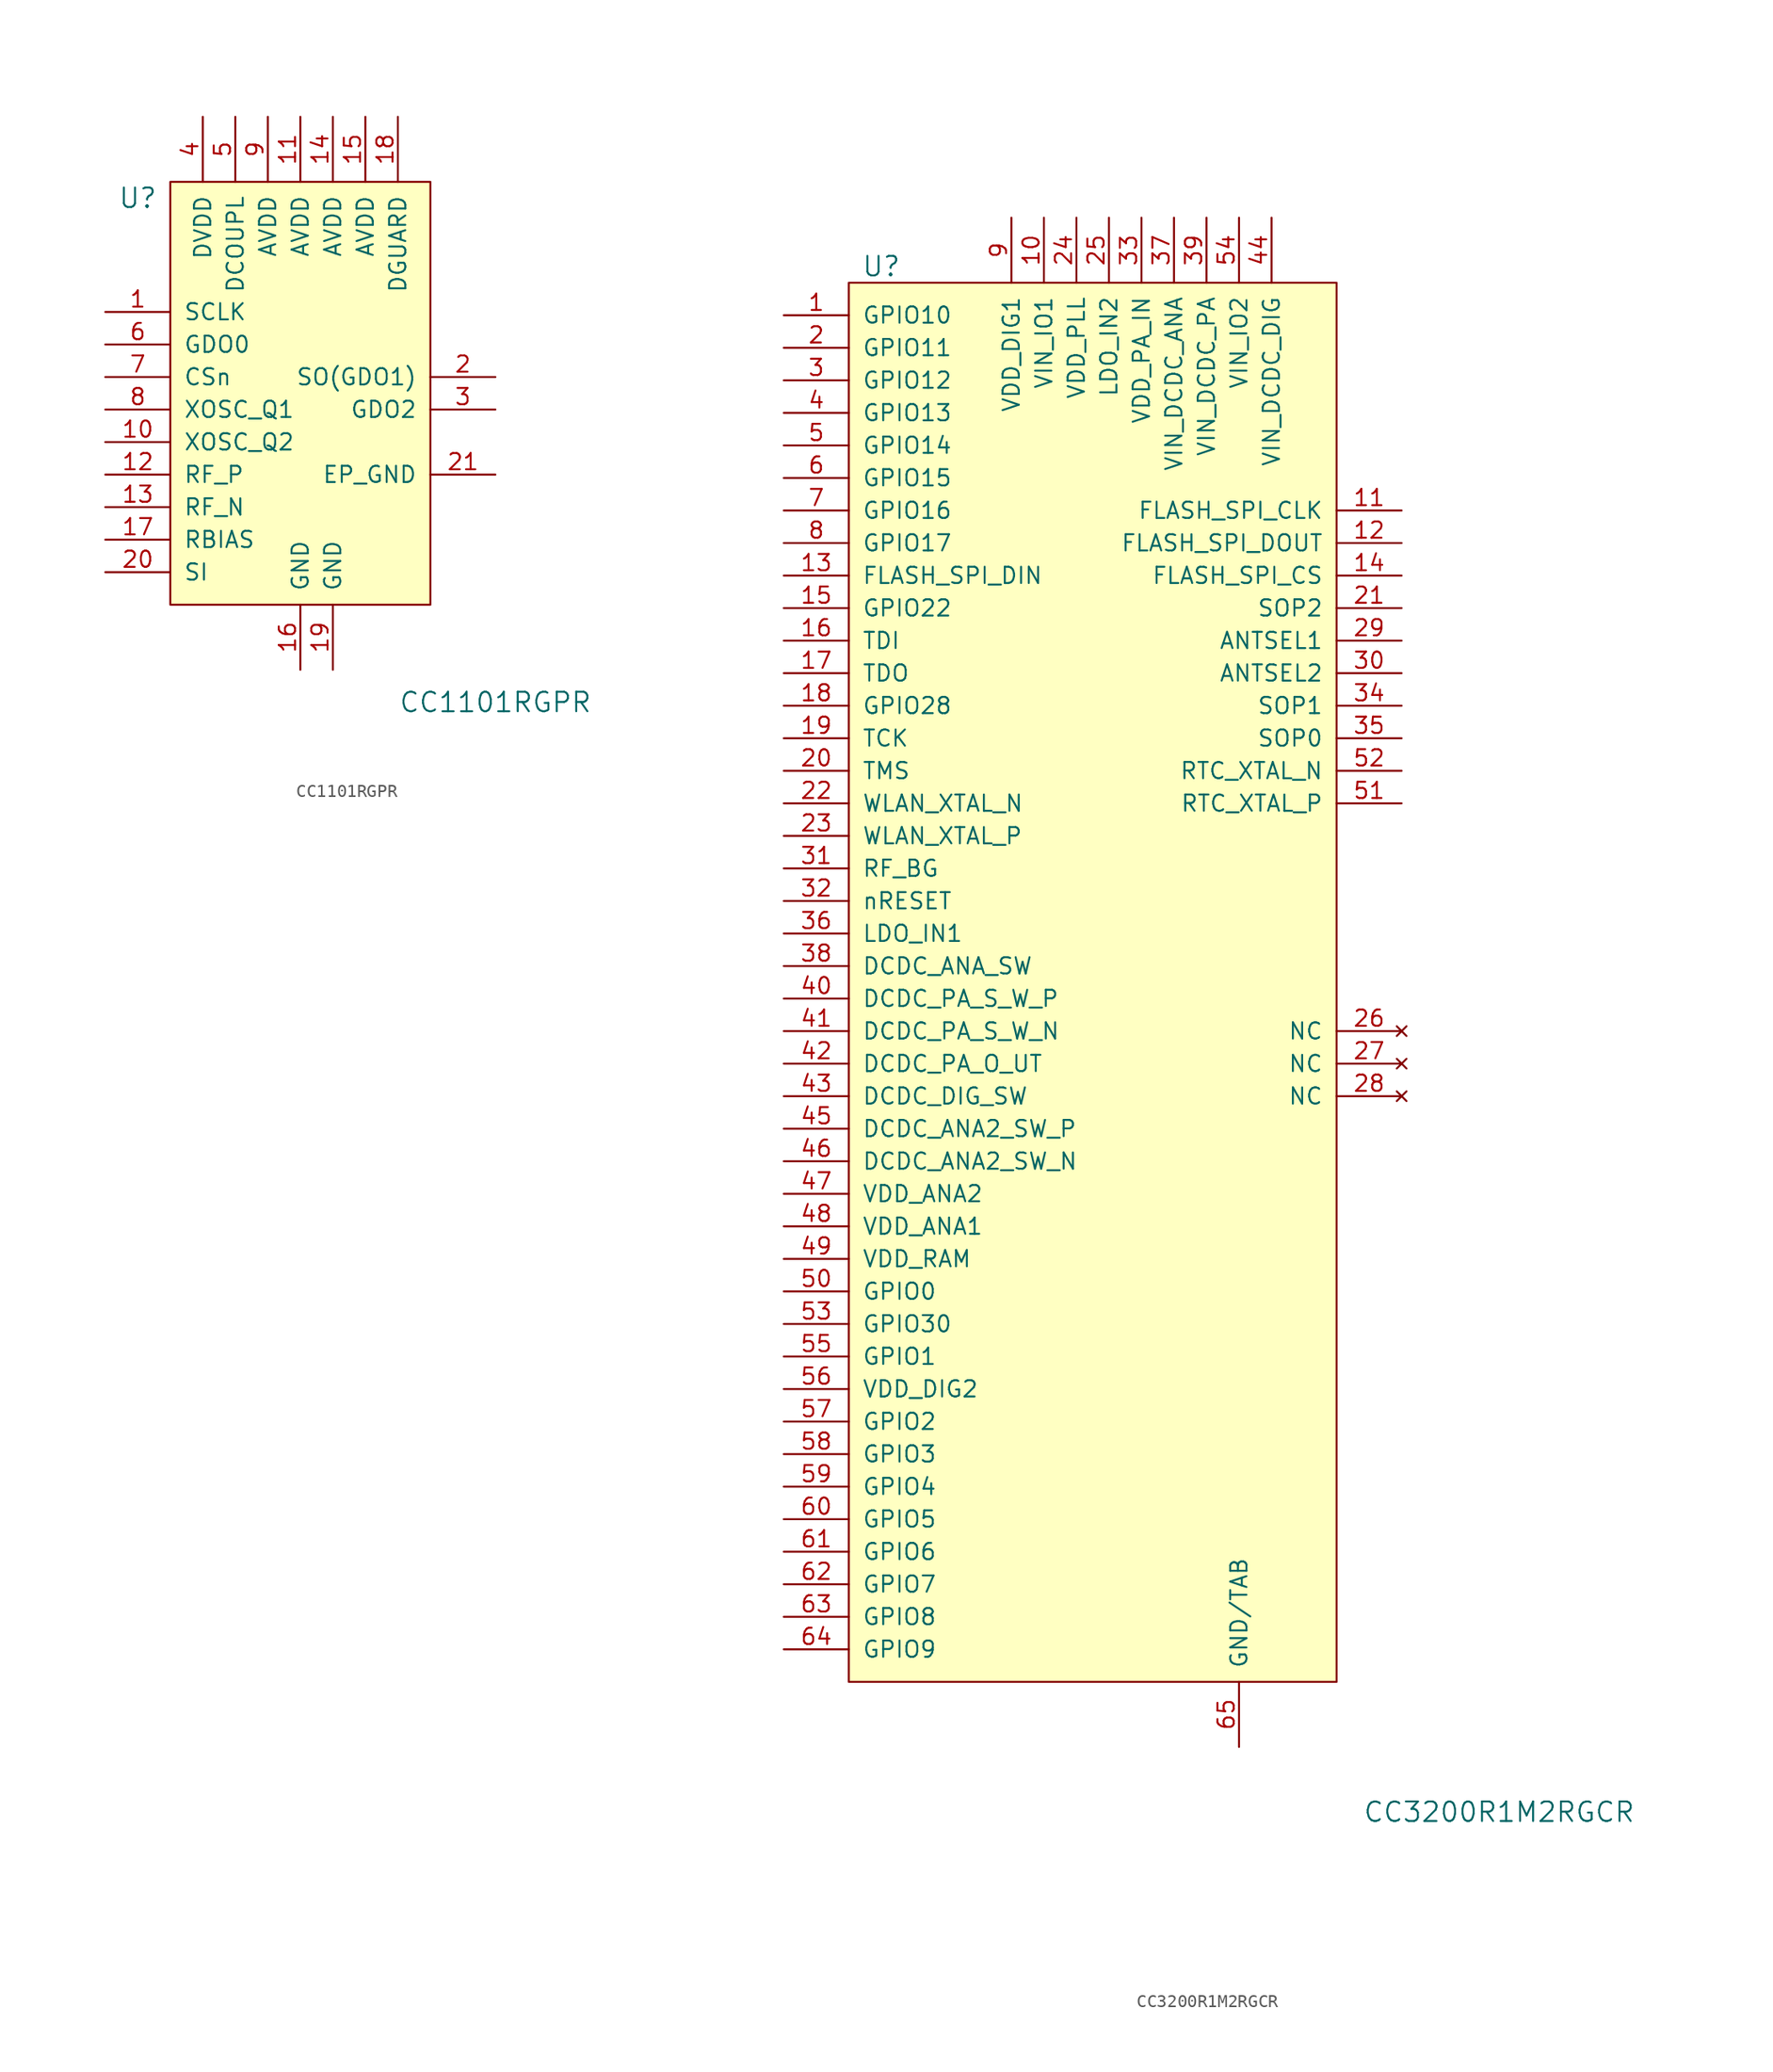
<source format=kicad_sym>
(kicad_symbol_lib
  (version 20220914)
  (generator kicad_symbol_editor)
  (symbol "CC1101RGPR"
    (pin_names
      (offset 1.016))
    (property "Reference" "U"
      (at -12.7 11.43 0)
      (effects (font (size 1.524 1.524))))
    (property "Value" "CC1101RGPR"
      (at 15.24 -27.94 0)
      (effects (font (size 1.524 1.524))))
    (symbol "CC1101RGPR_0_1"
      (rectangle (start -10.16 12.7) (end 10.16 -20.32) (stroke (width 0) (type solid)) (fill (type background))))
    (symbol "CC1101RGPR_1_1"
      (pin input line (at -15.24 2.54 0) (length 5.08) (name "SCLK" (effects (font (size 1.27 1.27)))) (number "1" (effects (font (size 1.27 1.27)))))
      (pin bidirectional line (at -15.24 -7.62 0) (length 5.08) (name "XOSC_Q2" (effects (font (size 1.27 1.27)))) (number "10" (effects (font (size 1.27 1.27)))))
      (pin power_in line (at 0 17.78 270) (length 5.08) (name "AVDD" (effects (font (size 1.27 1.27)))) (number "11" (effects (font (size 1.27 1.27)))))
      (pin bidirectional line (at -15.24 -10.16 0) (length 5.08) (name "RF_P" (effects (font (size 1.27 1.27)))) (number "12" (effects (font (size 1.27 1.27)))))
      (pin bidirectional line (at -15.24 -12.7 0) (length 5.08) (name "RF_N" (effects (font (size 1.27 1.27)))) (number "13" (effects (font (size 1.27 1.27)))))
      (pin power_in line (at 2.54 17.78 270) (length 5.08) (name "AVDD" (effects (font (size 1.27 1.27)))) (number "14" (effects (font (size 1.27 1.27)))))
      (pin power_in line (at 5.08 17.78 270) (length 5.08) (name "AVDD" (effects (font (size 1.27 1.27)))) (number "15" (effects (font (size 1.27 1.27)))))
      (pin power_in line (at 0 -25.4 90) (length 5.08) (name "GND" (effects (font (size 1.27 1.27)))) (number "16" (effects (font (size 1.27 1.27)))))
      (pin bidirectional line (at -15.24 -15.24 0) (length 5.08) (name "RBIAS" (effects (font (size 1.27 1.27)))) (number "17" (effects (font (size 1.27 1.27)))))
      (pin power_in line (at 7.62 17.78 270) (length 5.08) (name "DGUARD" (effects (font (size 1.27 1.27)))) (number "18" (effects (font (size 1.27 1.27)))))
      (pin power_in line (at 2.54 -25.4 90) (length 5.08) (name "GND" (effects (font (size 1.27 1.27)))) (number "19" (effects (font (size 1.27 1.27)))))
      (pin output line (at 15.24 -2.54 180) (length 5.08) (name "SO(GDO1)" (effects (font (size 1.27 1.27)))) (number "2" (effects (font (size 1.27 1.27)))))
      (pin input line (at -15.24 -17.78 0) (length 5.08) (name "SI" (effects (font (size 1.27 1.27)))) (number "20" (effects (font (size 1.27 1.27)))))
      (pin power_in line (at 15.24 -10.16 180) (length 5.08) (name "EP_GND" (effects (font (size 1.27 1.27)))) (number "21" (effects (font (size 1.27 1.27)))))
      (pin output line (at 15.24 -5.08 180) (length 5.08) (name "GDO2" (effects (font (size 1.27 1.27)))) (number "3" (effects (font (size 1.27 1.27)))))
      (pin power_in line (at -7.62 17.78 270) (length 5.08) (name "DVDD" (effects (font (size 1.27 1.27)))) (number "4" (effects (font (size 1.27 1.27)))))
      (pin power_in line (at -5.08 17.78 270) (length 5.08) (name "DCOUPL" (effects (font (size 1.27 1.27)))) (number "5" (effects (font (size 1.27 1.27)))))
      (pin bidirectional line (at -15.24 0 0) (length 5.08) (name "GDO0" (effects (font (size 1.27 1.27)))) (number "6" (effects (font (size 1.27 1.27)))))
      (pin input line (at -15.24 -2.54 0) (length 5.08) (name "CSn" (effects (font (size 1.27 1.27)))) (number "7" (effects (font (size 1.27 1.27)))))
      (pin bidirectional line (at -15.24 -5.08 0) (length 5.08) (name "XOSC_Q1" (effects (font (size 1.27 1.27)))) (number "8" (effects (font (size 1.27 1.27)))))
      (pin power_in line (at -2.54 17.78 270) (length 5.08) (name "AVDD" (effects (font (size 1.27 1.27)))) (number "9" (effects (font (size 1.27 1.27)))))))
  (symbol "CC3200R1M2RGCR"
    (pin_names
      (offset 1.016))
    (property "Reference" "U"
      (at -12.7 41.91 0)
      (effects (font (size 1.524 1.524))))
    (property "Value" "CC3200R1M2RGCR"
      (at 35.56 -78.74 0)
      (effects (font (size 1.524 1.524))))
    (symbol "CC3200R1M2RGCR_0_1"
      (rectangle (start -15.24 40.64) (end 22.86 -68.58) (stroke (width 0) (type solid)) (fill (type background))))
    (symbol "CC3200R1M2RGCR_1_1"
      (pin bidirectional line (at -20.32 38.1 0) (length 5.08) (name "GPIO10" (effects (font (size 1.27 1.27)))) (number "1" (effects (font (size 1.27 1.27)))))
      (pin power_in line (at 0 45.72 270) (length 5.08) (name "VIN_IO1" (effects (font (size 1.27 1.27)))) (number "10" (effects (font (size 1.27 1.27)))))
      (pin output line (at 27.94 22.86 180) (length 5.08) (name "FLASH_SPI_CLK" (effects (font (size 1.27 1.27)))) (number "11" (effects (font (size 1.27 1.27)))))
      (pin output line (at 27.94 20.32 180) (length 5.08) (name "FLASH_SPI_DOUT" (effects (font (size 1.27 1.27)))) (number "12" (effects (font (size 1.27 1.27)))))
      (pin input line (at -20.32 17.78 0) (length 5.08) (name "FLASH_SPI_DIN" (effects (font (size 1.27 1.27)))) (number "13" (effects (font (size 1.27 1.27)))))
      (pin output line (at 27.94 17.78 180) (length 5.08) (name "FLASH_SPI_CS" (effects (font (size 1.27 1.27)))) (number "14" (effects (font (size 1.27 1.27)))))
      (pin bidirectional line (at -20.32 15.24 0) (length 5.08) (name "GPIO22" (effects (font (size 1.27 1.27)))) (number "15" (effects (font (size 1.27 1.27)))))
      (pin bidirectional line (at -20.32 12.7 0) (length 5.08) (name "TDI" (effects (font (size 1.27 1.27)))) (number "16" (effects (font (size 1.27 1.27)))))
      (pin bidirectional line (at -20.32 10.16 0) (length 5.08) (name "TDO" (effects (font (size 1.27 1.27)))) (number "17" (effects (font (size 1.27 1.27)))))
      (pin bidirectional line (at -20.32 7.62 0) (length 5.08) (name "GPIO28" (effects (font (size 1.27 1.27)))) (number "18" (effects (font (size 1.27 1.27)))))
      (pin bidirectional line (at -20.32 5.08 0) (length 5.08) (name "TCK" (effects (font (size 1.27 1.27)))) (number "19" (effects (font (size 1.27 1.27)))))
      (pin bidirectional line (at -20.32 35.56 0) (length 5.08) (name "GPIO11" (effects (font (size 1.27 1.27)))) (number "2" (effects (font (size 1.27 1.27)))))
      (pin bidirectional line (at -20.32 2.54 0) (length 5.08) (name "TMS" (effects (font (size 1.27 1.27)))) (number "20" (effects (font (size 1.27 1.27)))))
      (pin output line (at 27.94 15.24 180) (length 5.08) (name "SOP2" (effects (font (size 1.27 1.27)))) (number "21" (effects (font (size 1.27 1.27)))))
      (pin input line (at -20.32 0 0) (length 5.08) (name "WLAN_XTAL_N" (effects (font (size 1.27 1.27)))) (number "22" (effects (font (size 1.27 1.27)))))
      (pin input line (at -20.32 -2.54 0) (length 5.08) (name "WLAN_XTAL_P" (effects (font (size 1.27 1.27)))) (number "23" (effects (font (size 1.27 1.27)))))
      (pin power_in line (at 2.54 45.72 270) (length 5.08) (name "VDD_PLL" (effects (font (size 1.27 1.27)))) (number "24" (effects (font (size 1.27 1.27)))))
      (pin power_in line (at 5.08 45.72 270) (length 5.08) (name "LDO_IN2" (effects (font (size 1.27 1.27)))) (number "25" (effects (font (size 1.27 1.27)))))
      (pin no_connect line (at 27.94 -17.78 180) (length 5.08) (name "NC" (effects (font (size 1.27 1.27)))) (number "26" (effects (font (size 1.27 1.27)))))
      (pin no_connect line (at 27.94 -20.32 180) (length 5.08) (name "NC" (effects (font (size 1.27 1.27)))) (number "27" (effects (font (size 1.27 1.27)))))
      (pin no_connect line (at 27.94 -22.86 180) (length 5.08) (name "NC" (effects (font (size 1.27 1.27)))) (number "28" (effects (font (size 1.27 1.27)))))
      (pin output line (at 27.94 12.7 180) (length 5.08) (name "ANTSEL1" (effects (font (size 1.27 1.27)))) (number "29" (effects (font (size 1.27 1.27)))))
      (pin bidirectional line (at -20.32 33.02 0) (length 5.08) (name "GPIO12" (effects (font (size 1.27 1.27)))) (number "3" (effects (font (size 1.27 1.27)))))
      (pin output line (at 27.94 10.16 180) (length 5.08) (name "ANTSEL2" (effects (font (size 1.27 1.27)))) (number "30" (effects (font (size 1.27 1.27)))))
      (pin bidirectional line (at -20.32 -5.08 0) (length 5.08) (name "RF_BG" (effects (font (size 1.27 1.27)))) (number "31" (effects (font (size 1.27 1.27)))))
      (pin input line (at -20.32 -7.62 0) (length 5.08) (name "nRESET" (effects (font (size 1.27 1.27)))) (number "32" (effects (font (size 1.27 1.27)))))
      (pin power_in line (at 7.62 45.72 270) (length 5.08) (name "VDD_PA_IN" (effects (font (size 1.27 1.27)))) (number "33" (effects (font (size 1.27 1.27)))))
      (pin output line (at 27.94 7.62 180) (length 5.08) (name "SOP1" (effects (font (size 1.27 1.27)))) (number "34" (effects (font (size 1.27 1.27)))))
      (pin output line (at 27.94 5.08 180) (length 5.08) (name "SOP0" (effects (font (size 1.27 1.27)))) (number "35" (effects (font (size 1.27 1.27)))))
      (pin input line (at -20.32 -10.16 0) (length 5.08) (name "LDO_IN1" (effects (font (size 1.27 1.27)))) (number "36" (effects (font (size 1.27 1.27)))))
      (pin power_in line (at 10.16 45.72 270) (length 5.08) (name "VIN_DCDC_ANA" (effects (font (size 1.27 1.27)))) (number "37" (effects (font (size 1.27 1.27)))))
      (pin input line (at -20.32 -12.7 0) (length 5.08) (name "DCDC_ANA_SW" (effects (font (size 1.27 1.27)))) (number "38" (effects (font (size 1.27 1.27)))))
      (pin power_in line (at 12.7 45.72 270) (length 5.08) (name "VIN_DCDC_PA" (effects (font (size 1.27 1.27)))) (number "39" (effects (font (size 1.27 1.27)))))
      (pin bidirectional line (at -20.32 30.48 0) (length 5.08) (name "GPIO13" (effects (font (size 1.27 1.27)))) (number "4" (effects (font (size 1.27 1.27)))))
      (pin input line (at -20.32 -15.24 0) (length 5.08) (name "DCDC_PA_S_W_P" (effects (font (size 1.27 1.27)))) (number "40" (effects (font (size 1.27 1.27)))))
      (pin input line (at -20.32 -17.78 0) (length 5.08) (name "DCDC_PA_S_W_N" (effects (font (size 1.27 1.27)))) (number "41" (effects (font (size 1.27 1.27)))))
      (pin input line (at -20.32 -20.32 0) (length 5.08) (name "DCDC_PA_O_UT" (effects (font (size 1.27 1.27)))) (number "42" (effects (font (size 1.27 1.27)))))
      (pin input line (at -20.32 -22.86 0) (length 5.08) (name "DCDC_DIG_SW" (effects (font (size 1.27 1.27)))) (number "43" (effects (font (size 1.27 1.27)))))
      (pin power_in line (at 17.78 45.72 270) (length 5.08) (name "VIN_DCDC_DIG" (effects (font (size 1.27 1.27)))) (number "44" (effects (font (size 1.27 1.27)))))
      (pin bidirectional line (at -20.32 -25.4 0) (length 5.08) (name "DCDC_ANA2_SW_P" (effects (font (size 1.27 1.27)))) (number "45" (effects (font (size 1.27 1.27)))))
      (pin input line (at -20.32 -27.94 0) (length 5.08) (name "DCDC_ANA2_SW_N" (effects (font (size 1.27 1.27)))) (number "46" (effects (font (size 1.27 1.27)))))
      (pin input line (at -20.32 -30.48 0) (length 5.08) (name "VDD_ANA2" (effects (font (size 1.27 1.27)))) (number "47" (effects (font (size 1.27 1.27)))))
      (pin input line (at -20.32 -33.02 0) (length 5.08) (name "VDD_ANA1" (effects (font (size 1.27 1.27)))) (number "48" (effects (font (size 1.27 1.27)))))
      (pin input line (at -20.32 -35.56 0) (length 5.08) (name "VDD_RAM" (effects (font (size 1.27 1.27)))) (number "49" (effects (font (size 1.27 1.27)))))
      (pin bidirectional line (at -20.32 27.94 0) (length 5.08) (name "GPIO14" (effects (font (size 1.27 1.27)))) (number "5" (effects (font (size 1.27 1.27)))))
      (pin bidirectional line (at -20.32 -38.1 0) (length 5.08) (name "GPIO0" (effects (font (size 1.27 1.27)))) (number "50" (effects (font (size 1.27 1.27)))))
      (pin output line (at 27.94 0 180) (length 5.08) (name "RTC_XTAL_P" (effects (font (size 1.27 1.27)))) (number "51" (effects (font (size 1.27 1.27)))))
      (pin output line (at 27.94 2.54 180) (length 5.08) (name "RTC_XTAL_N" (effects (font (size 1.27 1.27)))) (number "52" (effects (font (size 1.27 1.27)))))
      (pin bidirectional line (at -20.32 -40.64 0) (length 5.08) (name "GPIO30" (effects (font (size 1.27 1.27)))) (number "53" (effects (font (size 1.27 1.27)))))
      (pin power_in line (at 15.24 45.72 270) (length 5.08) (name "VIN_IO2" (effects (font (size 1.27 1.27)))) (number "54" (effects (font (size 1.27 1.27)))))
      (pin bidirectional line (at -20.32 -43.18 0) (length 5.08) (name "GPIO1" (effects (font (size 1.27 1.27)))) (number "55" (effects (font (size 1.27 1.27)))))
      (pin input line (at -20.32 -45.72 0) (length 5.08) (name "VDD_DIG2" (effects (font (size 1.27 1.27)))) (number "56" (effects (font (size 1.27 1.27)))))
      (pin bidirectional line (at -20.32 -48.26 0) (length 5.08) (name "GPIO2" (effects (font (size 1.27 1.27)))) (number "57" (effects (font (size 1.27 1.27)))))
      (pin bidirectional line (at -20.32 -50.8 0) (length 5.08) (name "GPIO3" (effects (font (size 1.27 1.27)))) (number "58" (effects (font (size 1.27 1.27)))))
      (pin bidirectional line (at -20.32 -53.34 0) (length 5.08) (name "GPIO4" (effects (font (size 1.27 1.27)))) (number "59" (effects (font (size 1.27 1.27)))))
      (pin bidirectional line (at -20.32 25.4 0) (length 5.08) (name "GPIO15" (effects (font (size 1.27 1.27)))) (number "6" (effects (font (size 1.27 1.27)))))
      (pin bidirectional line (at -20.32 -55.88 0) (length 5.08) (name "GPIO5" (effects (font (size 1.27 1.27)))) (number "60" (effects (font (size 1.27 1.27)))))
      (pin bidirectional line (at -20.32 -58.42 0) (length 5.08) (name "GPIO6" (effects (font (size 1.27 1.27)))) (number "61" (effects (font (size 1.27 1.27)))))
      (pin bidirectional line (at -20.32 -60.96 0) (length 5.08) (name "GPIO7" (effects (font (size 1.27 1.27)))) (number "62" (effects (font (size 1.27 1.27)))))
      (pin bidirectional line (at -20.32 -63.5 0) (length 5.08) (name "GPIO8" (effects (font (size 1.27 1.27)))) (number "63" (effects (font (size 1.27 1.27)))))
      (pin bidirectional line (at -20.32 -66.04 0) (length 5.08) (name "GPIO9" (effects (font (size 1.27 1.27)))) (number "64" (effects (font (size 1.27 1.27)))))
      (pin power_in line (at 15.24 -73.66 90) (length 5.08) (name "GND/TAB" (effects (font (size 1.27 1.27)))) (number "65" (effects (font (size 1.27 1.27)))))
      (pin bidirectional line (at -20.32 22.86 0) (length 5.08) (name "GPIO16" (effects (font (size 1.27 1.27)))) (number "7" (effects (font (size 1.27 1.27)))))
      (pin bidirectional line (at -20.32 20.32 0) (length 5.08) (name "GPIO17" (effects (font (size 1.27 1.27)))) (number "8" (effects (font (size 1.27 1.27)))))
      (pin power_in line (at -2.54 45.72 270) (length 5.08) (name "VDD_DIG1" (effects (font (size 1.27 1.27)))) (number "9" (effects (font (size 1.27 1.27))))))))
</source>
